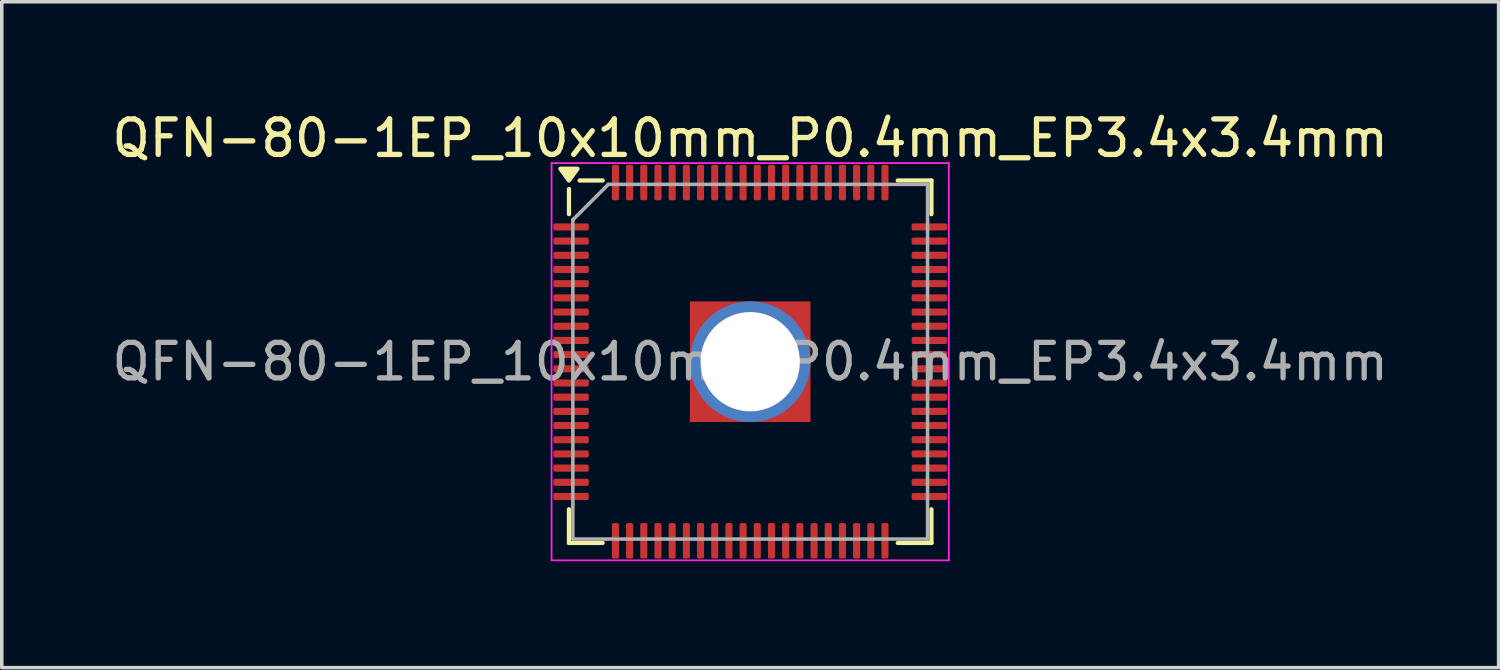
<source format=kicad_pcb>
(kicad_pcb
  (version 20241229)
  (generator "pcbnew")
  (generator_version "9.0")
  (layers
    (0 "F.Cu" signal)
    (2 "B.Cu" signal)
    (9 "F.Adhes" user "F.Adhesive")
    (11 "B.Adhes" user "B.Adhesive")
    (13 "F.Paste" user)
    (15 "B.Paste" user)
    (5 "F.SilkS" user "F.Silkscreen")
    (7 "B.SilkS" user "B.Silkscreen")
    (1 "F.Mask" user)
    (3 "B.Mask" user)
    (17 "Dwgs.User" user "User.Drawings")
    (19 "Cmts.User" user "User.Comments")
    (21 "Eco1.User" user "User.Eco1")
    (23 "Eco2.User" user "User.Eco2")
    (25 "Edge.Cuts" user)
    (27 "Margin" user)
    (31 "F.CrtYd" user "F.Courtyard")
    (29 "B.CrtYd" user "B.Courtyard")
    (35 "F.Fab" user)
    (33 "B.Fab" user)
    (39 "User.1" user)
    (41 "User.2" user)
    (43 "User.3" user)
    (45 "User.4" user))
  (footprint "QFN-80-1EP_10x10mm_P0.4mm_EP3.4x3.4mm"
    (layer "F.Cu")
    (at 18.101 7.148)
    (property "Reference" "QFN-80-1EP_10x10mm_P0.4mm_EP3.4x3.4mm" (at 0 -6.3 0) (layer "F.SilkS") (effects (font (size 1 1) (thickness 0.15))))
    (attr smd)
    (fp_line (start -5.11 -4.16) (end -5.11 -4.87) (stroke (width 0.12) (type solid)) (layer "F.SilkS"))
    (fp_line (start -5.11 5.11) (end -5.11 4.16) (stroke (width 0.12) (type solid)) (layer "F.SilkS"))
    (fp_line (start -4.16 -5.11) (end -4.81 -5.11) (stroke (width 0.12) (type solid)) (layer "F.SilkS"))
    (fp_line (start -4.16 5.11) (end -5.11 5.11) (stroke (width 0.12) (type solid)) (layer "F.SilkS"))
    (fp_line (start 4.16 -5.11) (end 5.11 -5.11) (stroke (width 0.12) (type solid)) (layer "F.SilkS"))
    (fp_line (start 4.16 5.11) (end 5.11 5.11) (stroke (width 0.12) (type solid)) (layer "F.SilkS"))
    (fp_line (start 5.11 -5.11) (end 5.11 -4.16) (stroke (width 0.12) (type solid)) (layer "F.SilkS"))
    (fp_line (start 5.11 5.11) (end 5.11 4.16) (stroke (width 0.12) (type solid)) (layer "F.SilkS"))
    (fp_poly (pts (xy -5.11 -5.11) (xy -5.35 -5.44) (xy -4.87 -5.44) (xy -5.11 -5.11)) (stroke (width 0.12) (type solid)) (fill yes) (layer "F.SilkS"))
    (fp_line (start -5.6 -5.6) (end -5.6 5.6) (stroke (width 0.05) (type solid)) (layer "F.CrtYd"))
    (fp_line (start -5.6 5.6) (end 5.6 5.6) (stroke (width 0.05) (type solid)) (layer "F.CrtYd"))
    (fp_line (start 5.6 -5.6) (end -5.6 -5.6) (stroke (width 0.05) (type solid)) (layer "F.CrtYd"))
    (fp_line (start 5.6 5.6) (end 5.6 -5.6) (stroke (width 0.05) (type solid)) (layer "F.CrtYd"))
    (fp_line (start -5 -4) (end -4 -5) (stroke (width 0.1) (type solid)) (layer "F.Fab"))
    (fp_line (start -5 5) (end -5 -4) (stroke (width 0.1) (type solid)) (layer "F.Fab"))
    (fp_line (start -4 -5) (end 5 -5) (stroke (width 0.1) (type solid)) (layer "F.Fab"))
    (fp_line (start 5 -5) (end 5 5) (stroke (width 0.1) (type solid)) (layer "F.Fab"))
    (fp_line (start 5 5) (end -5 5) (stroke (width 0.1) (type solid)) (layer "F.Fab"))
    (fp_text user "${REFERENCE}" (at 0 0 0) (layer "F.Fab") (effects (font (size 1 1) (thickness 0.15))))
    (pad "1" smd roundrect (at -5.05 -3.8) (size 1 0.2) (layers "F.Cu" "F.Mask" "F.Paste") (roundrect_rratio 0.25))
    (pad "2" smd roundrect (at -5.05 -3.4) (size 1 0.2) (layers "F.Cu" "F.Mask" "F.Paste") (roundrect_rratio 0.25))
    (pad "3" smd roundrect (at -5.05 -3) (size 1 0.2) (layers "F.Cu" "F.Mask" "F.Paste") (roundrect_rratio 0.25))
    (pad "4" smd roundrect (at -5.05 -2.6) (size 1 0.2) (layers "F.Cu" "F.Mask" "F.Paste") (roundrect_rratio 0.25))
    (pad "5" smd roundrect (at -5.05 -2.2) (size 1 0.2) (layers "F.Cu" "F.Mask" "F.Paste") (roundrect_rratio 0.25))
    (pad "6" smd roundrect (at -5.05 -1.8) (size 1 0.2) (layers "F.Cu" "F.Mask" "F.Paste") (roundrect_rratio 0.25))
    (pad "7" smd roundrect (at -5.05 -1.4) (size 1 0.2) (layers "F.Cu" "F.Mask" "F.Paste") (roundrect_rratio 0.25))
    (pad "8" smd roundrect (at -5.05 -1) (size 1 0.2) (layers "F.Cu" "F.Mask" "F.Paste") (roundrect_rratio 0.25))
    (pad "9" smd roundrect (at -5.05 -0.6) (size 1 0.2) (layers "F.Cu" "F.Mask" "F.Paste") (roundrect_rratio 0.25))
    (pad "10" smd roundrect (at -5.05 -0.2) (size 1 0.2) (layers "F.Cu" "F.Mask" "F.Paste") (roundrect_rratio 0.25))
    (pad "11" smd roundrect (at -5.05 0.2) (size 1 0.2) (layers "F.Cu" "F.Mask" "F.Paste") (roundrect_rratio 0.25))
    (pad "12" smd roundrect (at -5.05 0.6) (size 1 0.2) (layers "F.Cu" "F.Mask" "F.Paste") (roundrect_rratio 0.25))
    (pad "13" smd roundrect (at -5.05 1) (size 1 0.2) (layers "F.Cu" "F.Mask" "F.Paste") (roundrect_rratio 0.25))
    (pad "14" smd roundrect (at -5.05 1.4) (size 1 0.2) (layers "F.Cu" "F.Mask" "F.Paste") (roundrect_rratio 0.25))
    (pad "15" smd roundrect (at -5.05 1.8) (size 1 0.2) (layers "F.Cu" "F.Mask" "F.Paste") (roundrect_rratio 0.25))
    (pad "16" smd roundrect (at -5.05 2.2) (size 1 0.2) (layers "F.Cu" "F.Mask" "F.Paste") (roundrect_rratio 0.25))
    (pad "17" smd roundrect (at -5.05 2.6) (size 1 0.2) (layers "F.Cu" "F.Mask" "F.Paste") (roundrect_rratio 0.25))
    (pad "18" smd roundrect (at -5.05 3) (size 1 0.2) (layers "F.Cu" "F.Mask" "F.Paste") (roundrect_rratio 0.25))
    (pad "19" smd roundrect (at -5.05 3.4) (size 1 0.2) (layers "F.Cu" "F.Mask" "F.Paste") (roundrect_rratio 0.25))
    (pad "20" smd roundrect (at -5.05 3.8) (size 1 0.2) (layers "F.Cu" "F.Mask" "F.Paste") (roundrect_rratio 0.25))
    (pad "21" smd roundrect (at -3.8 5.05) (size 0.2 1) (layers "F.Cu" "F.Mask" "F.Paste") (roundrect_rratio 0.25))
    (pad "22" smd roundrect (at -3.4 5.05) (size 0.2 1) (layers "F.Cu" "F.Mask" "F.Paste") (roundrect_rratio 0.25))
    (pad "23" smd roundrect (at -3 5.05) (size 0.2 1) (layers "F.Cu" "F.Mask" "F.Paste") (roundrect_rratio 0.25))
    (pad "24" smd roundrect (at -2.6 5.05) (size 0.2 1) (layers "F.Cu" "F.Mask" "F.Paste") (roundrect_rratio 0.25))
    (pad "25" smd roundrect (at -2.2 5.05) (size 0.2 1) (layers "F.Cu" "F.Mask" "F.Paste") (roundrect_rratio 0.25))
    (pad "26" smd roundrect (at -1.8 5.05) (size 0.2 1) (layers "F.Cu" "F.Mask" "F.Paste") (roundrect_rratio 0.25))
    (pad "27" smd roundrect (at -1.4 5.05) (size 0.2 1) (layers "F.Cu" "F.Mask" "F.Paste") (roundrect_rratio 0.25))
    (pad "28" smd roundrect (at -1 5.05) (size 0.2 1) (layers "F.Cu" "F.Mask" "F.Paste") (roundrect_rratio 0.25))
    (pad "29" smd roundrect (at -0.6 5.05) (size 0.2 1) (layers "F.Cu" "F.Mask" "F.Paste") (roundrect_rratio 0.25))
    (pad "30" smd roundrect (at -0.2 5.05) (size 0.2 1) (layers "F.Cu" "F.Mask" "F.Paste") (roundrect_rratio 0.25))
    (pad "31" smd roundrect (at 0.2 5.05) (size 0.2 1) (layers "F.Cu" "F.Mask" "F.Paste") (roundrect_rratio 0.25))
    (pad "32" smd roundrect (at 0.6 5.05) (size 0.2 1) (layers "F.Cu" "F.Mask" "F.Paste") (roundrect_rratio 0.25))
    (pad "33" smd roundrect (at 1 5.05) (size 0.2 1) (layers "F.Cu" "F.Mask" "F.Paste") (roundrect_rratio 0.25))
    (pad "34" smd roundrect (at 1.4 5.05) (size 0.2 1) (layers "F.Cu" "F.Mask" "F.Paste") (roundrect_rratio 0.25))
    (pad "35" smd roundrect (at 1.8 5.05) (size 0.2 1) (layers "F.Cu" "F.Mask" "F.Paste") (roundrect_rratio 0.25))
    (pad "36" smd roundrect (at 2.2 5.05) (size 0.2 1) (layers "F.Cu" "F.Mask" "F.Paste") (roundrect_rratio 0.25))
    (pad "37" smd roundrect (at 2.6 5.05) (size 0.2 1) (layers "F.Cu" "F.Mask" "F.Paste") (roundrect_rratio 0.25))
    (pad "38" smd roundrect (at 3 5.05) (size 0.2 1) (layers "F.Cu" "F.Mask" "F.Paste") (roundrect_rratio 0.25))
    (pad "39" smd roundrect (at 3.4 5.05) (size 0.2 1) (layers "F.Cu" "F.Mask" "F.Paste") (roundrect_rratio 0.25))
    (pad "40" smd roundrect (at 3.8 5.05) (size 0.2 1) (layers "F.Cu" "F.Mask" "F.Paste") (roundrect_rratio 0.25))
    (pad "41" smd roundrect (at 5.05 3.8) (size 1 0.2) (layers "F.Cu" "F.Mask" "F.Paste") (roundrect_rratio 0.25))
    (pad "42" smd roundrect (at 5.05 3.4) (size 1 0.2) (layers "F.Cu" "F.Mask" "F.Paste") (roundrect_rratio 0.25))
    (pad "43" smd roundrect (at 5.05 3) (size 1 0.2) (layers "F.Cu" "F.Mask" "F.Paste") (roundrect_rratio 0.25))
    (pad "44" smd roundrect (at 5.05 2.6) (size 1 0.2) (layers "F.Cu" "F.Mask" "F.Paste") (roundrect_rratio 0.25))
    (pad "45" smd roundrect (at 5.05 2.2) (size 1 0.2) (layers "F.Cu" "F.Mask" "F.Paste") (roundrect_rratio 0.25))
    (pad "46" smd roundrect (at 5.05 1.8) (size 1 0.2) (layers "F.Cu" "F.Mask" "F.Paste") (roundrect_rratio 0.25))
    (pad "47" smd roundrect (at 5.05 1.4) (size 1 0.2) (layers "F.Cu" "F.Mask" "F.Paste") (roundrect_rratio 0.25))
    (pad "48" smd roundrect (at 5.05 1) (size 1 0.2) (layers "F.Cu" "F.Mask" "F.Paste") (roundrect_rratio 0.25))
    (pad "49" smd roundrect (at 5.05 0.6) (size 1 0.2) (layers "F.Cu" "F.Mask" "F.Paste") (roundrect_rratio 0.25))
    (pad "50" smd roundrect (at 5.05 0.2) (size 1 0.2) (layers "F.Cu" "F.Mask" "F.Paste") (roundrect_rratio 0.25))
    (pad "51" smd roundrect (at 5.05 -0.2) (size 1 0.2) (layers "F.Cu" "F.Mask" "F.Paste") (roundrect_rratio 0.25))
    (pad "52" smd roundrect (at 5.05 -0.6) (size 1 0.2) (layers "F.Cu" "F.Mask" "F.Paste") (roundrect_rratio 0.25))
    (pad "53" smd roundrect (at 5.05 -1) (size 1 0.2) (layers "F.Cu" "F.Mask" "F.Paste") (roundrect_rratio 0.25))
    (pad "54" smd roundrect (at 5.05 -1.4) (size 1 0.2) (layers "F.Cu" "F.Mask" "F.Paste") (roundrect_rratio 0.25))
    (pad "55" smd roundrect (at 5.05 -1.8) (size 1 0.2) (layers "F.Cu" "F.Mask" "F.Paste") (roundrect_rratio 0.25))
    (pad "56" smd roundrect (at 5.05 -2.2) (size 1 0.2) (layers "F.Cu" "F.Mask" "F.Paste") (roundrect_rratio 0.25))
    (pad "57" smd roundrect (at 5.05 -2.6) (size 1 0.2) (layers "F.Cu" "F.Mask" "F.Paste") (roundrect_rratio 0.25))
    (pad "58" smd roundrect (at 5.05 -3) (size 1 0.2) (layers "F.Cu" "F.Mask" "F.Paste") (roundrect_rratio 0.25))
    (pad "59" smd roundrect (at 5.05 -3.4) (size 1 0.2) (layers "F.Cu" "F.Mask" "F.Paste") (roundrect_rratio 0.25))
    (pad "60" smd roundrect (at 5.05 -3.8) (size 1 0.2) (layers "F.Cu" "F.Mask" "F.Paste") (roundrect_rratio 0.25))
    (pad "61" smd roundrect (at 3.8 -5.05) (size 0.2 1) (layers "F.Cu" "F.Mask" "F.Paste") (roundrect_rratio 0.25))
    (pad "62" smd roundrect (at 3.4 -5.05) (size 0.2 1) (layers "F.Cu" "F.Mask" "F.Paste") (roundrect_rratio 0.25))
    (pad "63" smd roundrect (at 3 -5.05) (size 0.2 1) (layers "F.Cu" "F.Mask" "F.Paste") (roundrect_rratio 0.25))
    (pad "64" smd roundrect (at 2.6 -5.05) (size 0.2 1) (layers "F.Cu" "F.Mask" "F.Paste") (roundrect_rratio 0.25))
    (pad "65" smd roundrect (at 2.2 -5.05) (size 0.2 1) (layers "F.Cu" "F.Mask" "F.Paste") (roundrect_rratio 0.25))
    (pad "66" smd roundrect (at 1.8 -5.05) (size 0.2 1) (layers "F.Cu" "F.Mask" "F.Paste") (roundrect_rratio 0.25))
    (pad "67" smd roundrect (at 1.4 -5.05) (size 0.2 1) (layers "F.Cu" "F.Mask" "F.Paste") (roundrect_rratio 0.25))
    (pad "68" smd roundrect (at 1 -5.05) (size 0.2 1) (layers "F.Cu" "F.Mask" "F.Paste") (roundrect_rratio 0.25))
    (pad "69" smd roundrect (at 0.6 -5.05) (size 0.2 1) (layers "F.Cu" "F.Mask" "F.Paste") (roundrect_rratio 0.25))
    (pad "70" smd roundrect (at 0.2 -5.05) (size 0.2 1) (layers "F.Cu" "F.Mask" "F.Paste") (roundrect_rratio 0.25))
    (pad "71" smd roundrect (at -0.2 -5.05) (size 0.2 1) (layers "F.Cu" "F.Mask" "F.Paste") (roundrect_rratio 0.25))
    (pad "72" smd roundrect (at -0.6 -5.05) (size 0.2 1) (layers "F.Cu" "F.Mask" "F.Paste") (roundrect_rratio 0.25))
    (pad "73" smd roundrect (at -1 -5.05) (size 0.2 1) (layers "F.Cu" "F.Mask" "F.Paste") (roundrect_rratio 0.25))
    (pad "74" smd roundrect (at -1.4 -5.05) (size 0.2 1) (layers "F.Cu" "F.Mask" "F.Paste") (roundrect_rratio 0.25))
    (pad "75" smd roundrect (at -1.8 -5.05) (size 0.2 1) (layers "F.Cu" "F.Mask" "F.Paste") (roundrect_rratio 0.25))
    (pad "76" smd roundrect (at -2.2 -5.05) (size 0.2 1) (layers "F.Cu" "F.Mask" "F.Paste") (roundrect_rratio 0.25))
    (pad "77" smd roundrect (at -2.6 -5.05) (size 0.2 1) (layers "F.Cu" "F.Mask" "F.Paste") (roundrect_rratio 0.25))
    (pad "78" smd roundrect (at -3 -5.05) (size 0.2 1) (layers "F.Cu" "F.Mask" "F.Paste") (roundrect_rratio 0.25))
    (pad "79" smd roundrect (at -3.4 -5.05) (size 0.2 1) (layers "F.Cu" "F.Mask" "F.Paste") (roundrect_rratio 0.25))
    (pad "80" smd roundrect (at -3.8 -5.05) (size 0.2 1) (layers "F.Cu" "F.Mask" "F.Paste") (roundrect_rratio 0.25))
    (pad "81" thru_hole circle (at 0 0) (size 3.4 3.4) (drill 2.8) (property pad_prop_heatsink) (layers "*.Cu" "*.Mask"))
    (pad "81" smd rect (at 0 0) (size 3.4 3.4) (property pad_prop_heatsink) (layers "F.Cu" "F.Mask")))
  (gr_rect
    (start -3 -3)
    (end 39.202 15.773)
    (stroke (width 0.1) (type default))
    (fill no)
    (layer "Edge.Cuts")))
</source>
